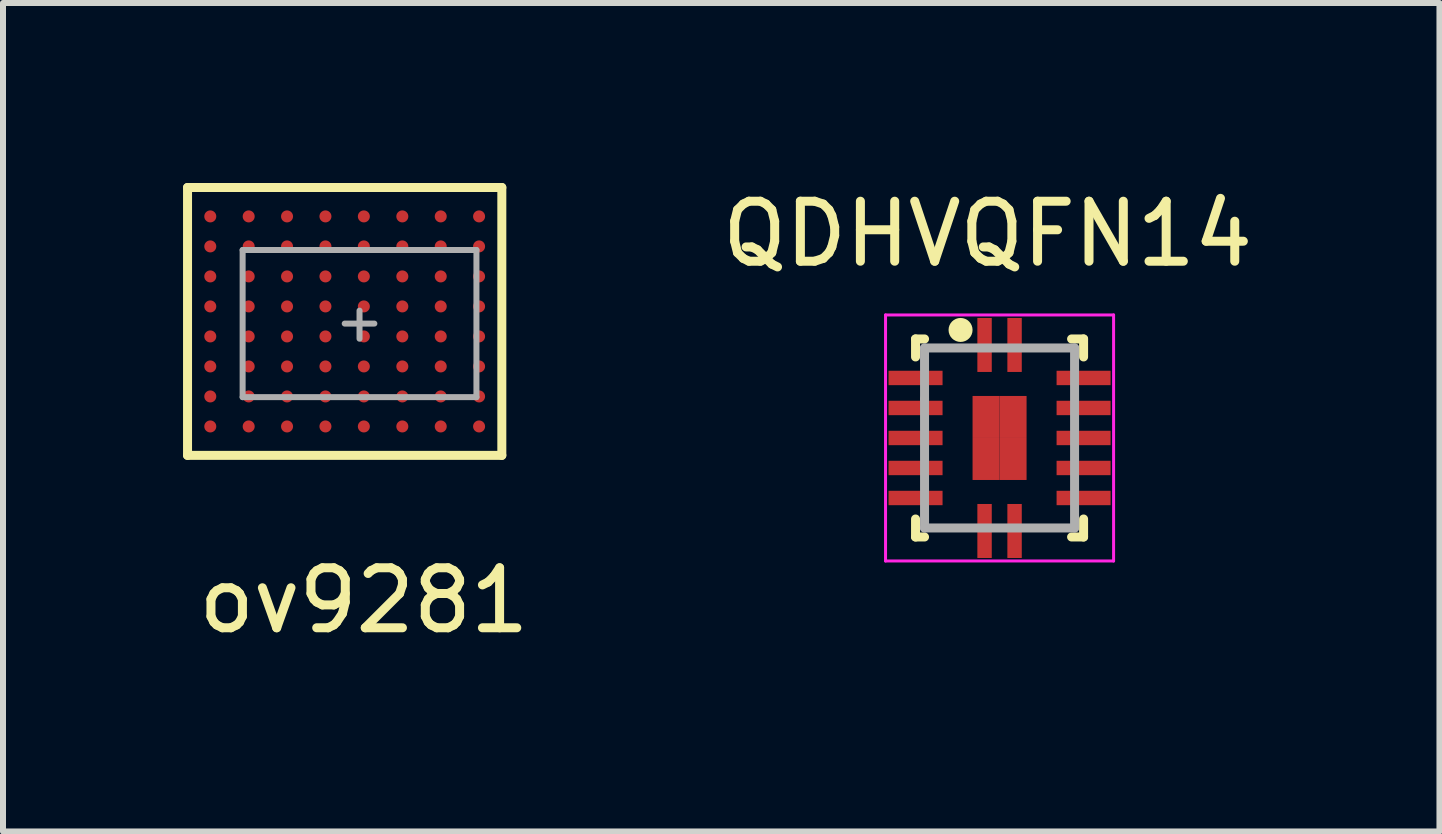
<source format=kicad_pcb>
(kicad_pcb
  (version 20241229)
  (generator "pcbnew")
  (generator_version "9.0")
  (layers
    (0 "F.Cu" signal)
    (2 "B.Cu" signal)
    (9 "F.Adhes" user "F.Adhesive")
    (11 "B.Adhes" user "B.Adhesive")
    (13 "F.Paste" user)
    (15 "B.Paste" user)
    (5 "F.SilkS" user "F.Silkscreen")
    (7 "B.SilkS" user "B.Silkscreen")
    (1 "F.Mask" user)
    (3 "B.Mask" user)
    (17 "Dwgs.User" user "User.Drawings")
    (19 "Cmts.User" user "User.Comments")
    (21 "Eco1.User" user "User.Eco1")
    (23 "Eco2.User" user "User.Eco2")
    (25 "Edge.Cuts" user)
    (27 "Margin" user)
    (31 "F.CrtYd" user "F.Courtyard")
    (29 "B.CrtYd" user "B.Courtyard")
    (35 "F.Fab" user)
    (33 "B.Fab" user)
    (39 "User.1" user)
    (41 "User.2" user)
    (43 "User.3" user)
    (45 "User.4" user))
  (footprint "QDHVQFN14"
    (layer "F.Cu")
    (at 13.606 4.248)
    (property "Reference" "QDHVQFN14" (at -0.2 -3.4 0) (layer "F.SilkS") (effects (font (size 1 1) (thickness 0.15))))
    (attr smd)
    (fp_line (start -1.4 -1.65) (end -1.25 -1.65) (stroke (width 0.15) (type solid)) (layer "F.SilkS"))
    (fp_line (start -1.4 -1.35) (end -1.4 -1.65) (stroke (width 0.15) (type solid)) (layer "F.SilkS"))
    (fp_line (start -1.4 1.35) (end -1.4 1.65) (stroke (width 0.15) (type solid)) (layer "F.SilkS"))
    (fp_line (start -1.4 1.65) (end -1.25 1.65) (stroke (width 0.15) (type solid)) (layer "F.SilkS"))
    (fp_line (start 1.4 -1.65) (end 1.2 -1.65) (stroke (width 0.15) (type solid)) (layer "F.SilkS"))
    (fp_line (start 1.4 -1.35) (end 1.4 -1.65) (stroke (width 0.15) (type solid)) (layer "F.SilkS"))
    (fp_line (start 1.4 1.35) (end 1.4 1.65) (stroke (width 0.15) (type solid)) (layer "F.SilkS"))
    (fp_line (start 1.4 1.65) (end 1.2 1.65) (stroke (width 0.15) (type solid)) (layer "F.SilkS"))
    (fp_circle (center -0.65 -1.8) (end -0.65 -1.7) (stroke (width 0.2) (type solid)) (fill no) (layer "F.SilkS"))
    (fp_line (start -1.9 -2.05) (end -1.9 2.05) (stroke (width 0.05) (type solid)) (layer "F.CrtYd"))
    (fp_line (start -1.9 2.05) (end 1.9 2.05) (stroke (width 0.05) (type solid)) (layer "F.CrtYd"))
    (fp_line (start 1.9 -2.05) (end -1.9 -2.05) (stroke (width 0.05) (type solid)) (layer "F.CrtYd"))
    (fp_line (start 1.9 2.05) (end 1.9 -2.05) (stroke (width 0.05) (type solid)) (layer "F.CrtYd"))
    (fp_line (start -1.25 -1.5) (end 1.25 -1.5) (stroke (width 0.15) (type solid)) (layer "F.Fab"))
    (fp_line (start -1.25 -0.65) (end -1.25 -1.5) (stroke (width 0.15) (type solid)) (layer "F.Fab"))
    (fp_line (start -1.25 1.5) (end -1.25 -0.65) (stroke (width 0.15) (type solid)) (layer "F.Fab"))
    (fp_line (start 1.25 -1.5) (end 1.25 1.5) (stroke (width 0.15) (type solid)) (layer "F.Fab"))
    (fp_line (start 1.25 1.5) (end -1.25 1.5) (stroke (width 0.15) (type solid)) (layer "F.Fab"))
    (pad "1" smd rect (at -0.25 -1.55) (size 0.24 0.9) (layers "F.Cu" "F.Mask" "F.Paste"))
    (pad "2" smd rect (at -1.4 -1 90) (size 0.24 0.9) (layers "F.Cu" "F.Mask" "F.Paste"))
    (pad "3" smd rect (at -1.4 -0.5 90) (size 0.24 0.9) (layers "F.Cu" "F.Mask" "F.Paste"))
    (pad "4" smd rect (at -1.4 0 90) (size 0.24 0.9) (layers "F.Cu" "F.Mask" "F.Paste"))
    (pad "5" smd rect (at -1.4 0.5 90) (size 0.24 0.9) (layers "F.Cu" "F.Mask" "F.Paste"))
    (pad "6" smd rect (at -1.4 1 90) (size 0.24 0.9) (layers "F.Cu" "F.Mask" "F.Paste"))
    (pad "7" smd rect (at -0.25 1.55) (size 0.24 0.9) (layers "F.Cu" "F.Mask" "F.Paste"))
    (pad "8" smd rect (at 0.25 1.55) (size 0.24 0.9) (layers "F.Cu" "F.Mask" "F.Paste"))
    (pad "9" smd rect (at 1.4 1 90) (size 0.24 0.9) (layers "F.Cu" "F.Mask" "F.Paste"))
    (pad "10" smd rect (at 1.4 0.5 90) (size 0.24 0.9) (layers "F.Cu" "F.Mask" "F.Paste"))
    (pad "11" smd rect (at 1.4 0 90) (size 0.24 0.9) (layers "F.Cu" "F.Mask" "F.Paste"))
    (pad "12" smd rect (at 1.4 -0.5 90) (size 0.24 0.9) (layers "F.Cu" "F.Mask" "F.Paste"))
    (pad "13" smd rect (at 1.4 -1 90) (size 0.24 0.9) (layers "F.Cu" "F.Mask" "F.Paste"))
    (pad "14" smd rect (at 0.25 -1.55) (size 0.24 0.9) (layers "F.Cu" "F.Mask" "F.Paste"))
    (pad "~" smd rect (at -0.225 -0.35 90) (size 0.7 0.45) (layers "F.Cu" "F.Mask" "F.Paste"))
    (pad "~" smd rect (at -0.225 0.35 90) (size 0.7 0.45) (layers "F.Cu" "F.Mask" "F.Paste"))
    (pad "~" smd rect (at 0.225 -0.35 90) (size 0.7 0.45) (layers "F.Cu" "F.Mask" "F.Paste"))
    (pad "~" smd rect (at 0.225 0.35 90) (size 0.7 0.45) (layers "F.Cu" "F.Mask" "F.Paste")))
  (footprint "ov9281"
    (layer "F.Cu")
    (at 2.941 2.342)
    (property "Reference" "ov9281" (at 0.072 4.614 0) (layer "F.SilkS") (effects (font (size 1 1) (thickness 0.15))))
    (attr through_hole)
    (fp_line (start -2.866 -2.268) (end -2.866 2.196) (stroke (width 0.15) (type solid)) (layer "F.SilkS"))
    (fp_line (start -2.866 -2.268) (end 2.371 -2.268) (stroke (width 0.15) (type solid)) (layer "F.SilkS"))
    (fp_line (start -2.866 2.196) (end 2.371 2.196) (stroke (width 0.15) (type solid)) (layer "F.SilkS"))
    (fp_line (start 2.371 -2.268) (end 2.371 2.196) (stroke (width 0.15) (type solid)) (layer "F.SilkS"))
    (fp_line (start -1.948 -1.226) (end -1.948 1.226) (stroke (width 0.1) (type solid)) (layer "F.Fab"))
    (fp_line (start -1.948 -1.226) (end 1.948 -1.226) (stroke (width 0.1) (type solid)) (layer "F.Fab"))
    (fp_line (start -1.948 1.226) (end 1.948 1.226) (stroke (width 0.1) (type solid)) (layer "F.Fab"))
    (fp_line (start -0.247 0) (end 0.247 0) (stroke (width 0.1) (type solid)) (layer "F.Fab"))
    (fp_line (start 0 0.252) (end 0 -0.216) (stroke (width 0.1) (type solid)) (layer "F.Fab"))
    (fp_line (start 1.948 -1.226) (end 1.948 1.226) (stroke (width 0.1) (type solid)) (layer "F.Fab"))
    (pad "A1" smd circle (at -2.487 -1.786) (size 0.2 0.2) (layers "F.Cu" "F.Mask" "F.Paste"))
    (pad "A2" smd circle (at -1.847 -1.786) (size 0.2 0.2) (layers "F.Cu" "F.Mask" "F.Paste"))
    (pad "A3" smd circle (at -1.208 -1.786) (size 0.2 0.2) (layers "F.Cu" "F.Mask" "F.Paste"))
    (pad "A4" smd circle (at -0.568 -1.786) (size 0.2 0.2) (layers "F.Cu" "F.Mask" "F.Paste"))
    (pad "A5" smd circle (at 0.072 -1.786) (size 0.2 0.2) (layers "F.Cu" "F.Mask" "F.Paste"))
    (pad "A6" smd circle (at 0.713 -1.786) (size 0.2 0.2) (layers "F.Cu" "F.Mask" "F.Paste"))
    (pad "A7" smd circle (at 1.353 -1.786) (size 0.2 0.2) (layers "F.Cu" "F.Mask" "F.Paste"))
    (pad "A8" smd circle (at 1.992 -1.786) (size 0.2 0.2) (layers "F.Cu" "F.Mask" "F.Paste"))
    (pad "B1" smd circle (at -2.487 -1.286) (size 0.2 0.2) (layers "F.Cu" "F.Mask" "F.Paste"))
    (pad "B2" smd circle (at -1.847 -1.286) (size 0.2 0.2) (layers "F.Cu" "F.Mask" "F.Paste"))
    (pad "B3" smd circle (at -1.208 -1.286) (size 0.2 0.2) (layers "F.Cu" "F.Mask" "F.Paste"))
    (pad "B4" smd circle (at -0.568 -1.286) (size 0.2 0.2) (layers "F.Cu" "F.Mask" "F.Paste"))
    (pad "B5" smd circle (at 0.072 -1.286) (size 0.2 0.2) (layers "F.Cu" "F.Mask" "F.Paste"))
    (pad "B6" smd circle (at 0.713 -1.286) (size 0.2 0.2) (layers "F.Cu" "F.Mask" "F.Paste"))
    (pad "B7" smd circle (at 1.353 -1.286) (size 0.2 0.2) (layers "F.Cu" "F.Mask" "F.Paste"))
    (pad "B8" smd circle (at 1.992 -1.286) (size 0.2 0.2) (layers "F.Cu" "F.Mask" "F.Paste"))
    (pad "C1" smd circle (at -2.487 -0.786) (size 0.2 0.2) (layers "F.Cu" "F.Mask" "F.Paste"))
    (pad "C2" smd circle (at -1.847 -0.786) (size 0.2 0.2) (layers "F.Cu" "F.Mask" "F.Paste"))
    (pad "C3" smd circle (at -1.208 -0.786) (size 0.2 0.2) (layers "F.Cu" "F.Mask" "F.Paste"))
    (pad "C4" smd circle (at -0.568 -0.786) (size 0.2 0.2) (layers "F.Cu" "F.Mask" "F.Paste"))
    (pad "C5" smd circle (at 0.072 -0.786) (size 0.2 0.2) (layers "F.Cu" "F.Mask" "F.Paste"))
    (pad "C6" smd circle (at 0.713 -0.786) (size 0.2 0.2) (layers "F.Cu" "F.Mask" "F.Paste"))
    (pad "C7" smd circle (at 1.353 -0.786) (size 0.2 0.2) (layers "F.Cu" "F.Mask" "F.Paste"))
    (pad "C8" smd circle (at 1.992 -0.786) (size 0.2 0.2) (layers "F.Cu" "F.Mask" "F.Paste"))
    (pad "D1" smd circle (at -2.487 -0.286) (size 0.2 0.2) (layers "F.Cu" "F.Mask" "F.Paste"))
    (pad "D2" smd circle (at -1.847 -0.286) (size 0.2 0.2) (layers "F.Cu" "F.Mask" "F.Paste"))
    (pad "D3" smd circle (at -1.208 -0.286) (size 0.2 0.2) (layers "F.Cu" "F.Mask" "F.Paste"))
    (pad "D4" smd circle (at -0.568 -0.286) (size 0.2 0.2) (layers "F.Cu" "F.Mask" "F.Paste"))
    (pad "D5" smd circle (at 0.072 -0.286) (size 0.2 0.2) (layers "F.Cu" "F.Mask" "F.Paste"))
    (pad "D6" smd circle (at 0.713 -0.286) (size 0.2 0.2) (layers "F.Cu" "F.Mask" "F.Paste"))
    (pad "D7" smd circle (at 1.353 -0.286) (size 0.2 0.2) (layers "F.Cu" "F.Mask" "F.Paste"))
    (pad "D8" smd circle (at 1.992 -0.286) (size 0.2 0.2) (layers "F.Cu" "F.Mask" "F.Paste"))
    (pad "E1" smd circle (at -2.487 0.214) (size 0.2 0.2) (layers "F.Cu" "F.Mask" "F.Paste"))
    (pad "E2" smd circle (at -1.847 0.214) (size 0.2 0.2) (layers "F.Cu" "F.Mask" "F.Paste"))
    (pad "E3" smd circle (at -1.208 0.214) (size 0.2 0.2) (layers "F.Cu" "F.Mask" "F.Paste"))
    (pad "E4" smd circle (at -0.568 0.214) (size 0.2 0.2) (layers "F.Cu" "F.Mask" "F.Paste"))
    (pad "E5" smd circle (at 0.072 0.214) (size 0.2 0.2) (layers "F.Cu" "F.Mask" "F.Paste"))
    (pad "E6" smd circle (at 0.713 0.214) (size 0.2 0.2) (layers "F.Cu" "F.Mask" "F.Paste"))
    (pad "E7" smd circle (at 1.353 0.214) (size 0.2 0.2) (layers "F.Cu" "F.Mask" "F.Paste"))
    (pad "E8" smd circle (at 1.992 0.214) (size 0.2 0.2) (layers "F.Cu" "F.Mask" "F.Paste"))
    (pad "F1" smd circle (at -2.487 0.714) (size 0.2 0.2) (layers "F.Cu" "F.Mask" "F.Paste"))
    (pad "F2" smd circle (at -1.847 0.714) (size 0.2 0.2) (layers "F.Cu" "F.Mask" "F.Paste"))
    (pad "F3" smd circle (at -1.208 0.714) (size 0.2 0.2) (layers "F.Cu" "F.Mask" "F.Paste"))
    (pad "F4" smd circle (at -0.568 0.714) (size 0.2 0.2) (layers "F.Cu" "F.Mask" "F.Paste"))
    (pad "F5" smd circle (at 0.072 0.714) (size 0.2 0.2) (layers "F.Cu" "F.Mask" "F.Paste"))
    (pad "F6" smd circle (at 0.713 0.714) (size 0.2 0.2) (layers "F.Cu" "F.Mask" "F.Paste"))
    (pad "F7" smd circle (at 1.353 0.714) (size 0.2 0.2) (layers "F.Cu" "F.Mask" "F.Paste"))
    (pad "F8" smd circle (at 1.992 0.714) (size 0.2 0.2) (layers "F.Cu" "F.Mask" "F.Paste"))
    (pad "G1" smd circle (at -2.487 1.214) (size 0.2 0.2) (layers "F.Cu" "F.Mask" "F.Paste"))
    (pad "G2" smd circle (at -1.847 1.214) (size 0.2 0.2) (layers "F.Cu" "F.Mask" "F.Paste"))
    (pad "G3" smd circle (at -1.208 1.214) (size 0.2 0.2) (layers "F.Cu" "F.Mask" "F.Paste"))
    (pad "G4" smd circle (at -0.568 1.214) (size 0.2 0.2) (layers "F.Cu" "F.Mask" "F.Paste"))
    (pad "G5" smd circle (at 0.072 1.214) (size 0.2 0.2) (layers "F.Cu" "F.Mask" "F.Paste"))
    (pad "G6" smd circle (at 0.713 1.214) (size 0.2 0.2) (layers "F.Cu" "F.Mask" "F.Paste"))
    (pad "G7" smd circle (at 1.353 1.214) (size 0.2 0.2) (layers "F.Cu" "F.Mask" "F.Paste"))
    (pad "G8" smd circle (at 1.992 1.214) (size 0.2 0.2) (layers "F.Cu" "F.Mask" "F.Paste"))
    (pad "H1" smd circle (at -2.487 1.714) (size 0.2 0.2) (layers "F.Cu" "F.Mask" "F.Paste"))
    (pad "H2" smd circle (at -1.847 1.714) (size 0.2 0.2) (layers "F.Cu" "F.Mask" "F.Paste"))
    (pad "H3" smd circle (at -1.208 1.714) (size 0.2 0.2) (layers "F.Cu" "F.Mask" "F.Paste"))
    (pad "H4" smd circle (at -0.568 1.714) (size 0.2 0.2) (layers "F.Cu" "F.Mask" "F.Paste"))
    (pad "H5" smd circle (at 0.072 1.714) (size 0.2 0.2) (layers "F.Cu" "F.Mask" "F.Paste"))
    (pad "H6" smd circle (at 0.713 1.714) (size 0.2 0.2) (layers "F.Cu" "F.Mask" "F.Paste"))
    (pad "H7" smd circle (at 1.353 1.714) (size 0.2 0.2) (layers "F.Cu" "F.Mask" "F.Paste"))
    (pad "H8" smd circle (at 1.992 1.714) (size 0.2 0.2) (layers "F.Cu" "F.Mask" "F.Paste")))
  (gr_rect
    (start -3 -3)
    (end 20.936 10.805)
    (stroke (width 0.1) (type default))
    (fill no)
    (layer "Edge.Cuts")))
</source>
